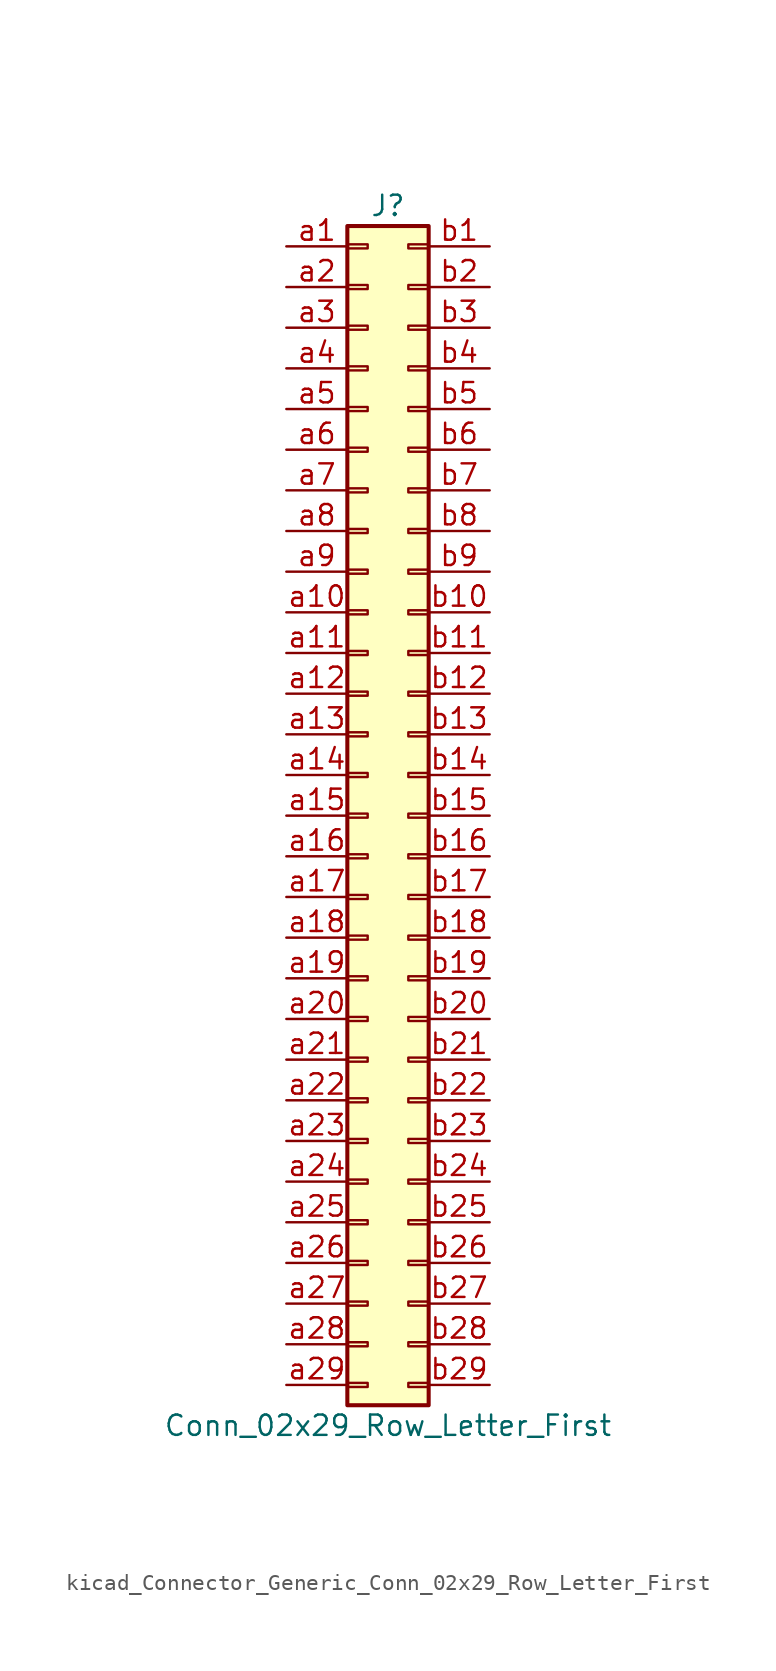
<source format=kicad_sym>
(kicad_symbol_lib
  (version 20220914)
  (generator kicad_symbol_editor)
  (symbol "kicad_Connector_Generic_Conn_02x29_Row_Letter_First"
    (pin_names
      (offset 1.016) hide)
    (property "Reference" "J"
      (at 1.27 38.1 0)
      (effects (font (size 1.27 1.27))))
    (property "Value" "Conn_02x29_Row_Letter_First"
      (at 1.27 -38.1 0)
      (effects (font (size 1.27 1.27))))
    (symbol "kicad_Connector_Generic_Conn_02x29_Row_Letter_First_1_1"
      (rectangle (start -1.27 -35.433) (end 0 -35.687) (stroke (width 0.152) (type default)) (fill (type none)))
      (rectangle (start -1.27 -32.893) (end 0 -33.147) (stroke (width 0.152) (type default)) (fill (type none)))
      (rectangle (start -1.27 -30.353) (end 0 -30.607) (stroke (width 0.152) (type default)) (fill (type none)))
      (rectangle (start -1.27 -27.813) (end 0 -28.067) (stroke (width 0.152) (type default)) (fill (type none)))
      (rectangle (start -1.27 -25.273) (end 0 -25.527) (stroke (width 0.152) (type default)) (fill (type none)))
      (rectangle (start -1.27 -22.733) (end 0 -22.987) (stroke (width 0.152) (type default)) (fill (type none)))
      (rectangle (start -1.27 -20.193) (end 0 -20.447) (stroke (width 0.152) (type default)) (fill (type none)))
      (rectangle (start -1.27 -17.653) (end 0 -17.907) (stroke (width 0.152) (type default)) (fill (type none)))
      (rectangle (start -1.27 -15.113) (end 0 -15.367) (stroke (width 0.152) (type default)) (fill (type none)))
      (rectangle (start -1.27 -12.573) (end 0 -12.827) (stroke (width 0.152) (type default)) (fill (type none)))
      (rectangle (start -1.27 -10.033) (end 0 -10.287) (stroke (width 0.152) (type default)) (fill (type none)))
      (rectangle (start -1.27 -7.493) (end 0 -7.747) (stroke (width 0.152) (type default)) (fill (type none)))
      (rectangle (start -1.27 -4.953) (end 0 -5.207) (stroke (width 0.152) (type default)) (fill (type none)))
      (rectangle (start -1.27 -2.413) (end 0 -2.667) (stroke (width 0.152) (type default)) (fill (type none)))
      (rectangle (start -1.27 0.127) (end 0 -0.127) (stroke (width 0.152) (type default)) (fill (type none)))
      (rectangle (start -1.27 2.667) (end 0 2.413) (stroke (width 0.152) (type default)) (fill (type none)))
      (rectangle (start -1.27 5.207) (end 0 4.953) (stroke (width 0.152) (type default)) (fill (type none)))
      (rectangle (start -1.27 7.747) (end 0 7.493) (stroke (width 0.152) (type default)) (fill (type none)))
      (rectangle (start -1.27 10.287) (end 0 10.033) (stroke (width 0.152) (type default)) (fill (type none)))
      (rectangle (start -1.27 12.827) (end 0 12.573) (stroke (width 0.152) (type default)) (fill (type none)))
      (rectangle (start -1.27 15.367) (end 0 15.113) (stroke (width 0.152) (type default)) (fill (type none)))
      (rectangle (start -1.27 17.907) (end 0 17.653) (stroke (width 0.152) (type default)) (fill (type none)))
      (rectangle (start -1.27 20.447) (end 0 20.193) (stroke (width 0.152) (type default)) (fill (type none)))
      (rectangle (start -1.27 22.987) (end 0 22.733) (stroke (width 0.152) (type default)) (fill (type none)))
      (rectangle (start -1.27 25.527) (end 0 25.273) (stroke (width 0.152) (type default)) (fill (type none)))
      (rectangle (start -1.27 28.067) (end 0 27.813) (stroke (width 0.152) (type default)) (fill (type none)))
      (rectangle (start -1.27 30.607) (end 0 30.353) (stroke (width 0.152) (type default)) (fill (type none)))
      (rectangle (start -1.27 33.147) (end 0 32.893) (stroke (width 0.152) (type default)) (fill (type none)))
      (rectangle (start -1.27 35.687) (end 0 35.433) (stroke (width 0.152) (type default)) (fill (type none)))
      (rectangle (start -1.27 36.83) (end 3.81 -36.83) (stroke (width 0.254) (type default)) (fill (type background)))
      (rectangle (start 3.81 -35.433) (end 2.54 -35.687) (stroke (width 0.152) (type default)) (fill (type none)))
      (rectangle (start 3.81 -32.893) (end 2.54 -33.147) (stroke (width 0.152) (type default)) (fill (type none)))
      (rectangle (start 3.81 -30.353) (end 2.54 -30.607) (stroke (width 0.152) (type default)) (fill (type none)))
      (rectangle (start 3.81 -27.813) (end 2.54 -28.067) (stroke (width 0.152) (type default)) (fill (type none)))
      (rectangle (start 3.81 -25.273) (end 2.54 -25.527) (stroke (width 0.152) (type default)) (fill (type none)))
      (rectangle (start 3.81 -22.733) (end 2.54 -22.987) (stroke (width 0.152) (type default)) (fill (type none)))
      (rectangle (start 3.81 -20.193) (end 2.54 -20.447) (stroke (width 0.152) (type default)) (fill (type none)))
      (rectangle (start 3.81 -17.653) (end 2.54 -17.907) (stroke (width 0.152) (type default)) (fill (type none)))
      (rectangle (start 3.81 -15.113) (end 2.54 -15.367) (stroke (width 0.152) (type default)) (fill (type none)))
      (rectangle (start 3.81 -12.573) (end 2.54 -12.827) (stroke (width 0.152) (type default)) (fill (type none)))
      (rectangle (start 3.81 -10.033) (end 2.54 -10.287) (stroke (width 0.152) (type default)) (fill (type none)))
      (rectangle (start 3.81 -7.493) (end 2.54 -7.747) (stroke (width 0.152) (type default)) (fill (type none)))
      (rectangle (start 3.81 -4.953) (end 2.54 -5.207) (stroke (width 0.152) (type default)) (fill (type none)))
      (rectangle (start 3.81 -2.413) (end 2.54 -2.667) (stroke (width 0.152) (type default)) (fill (type none)))
      (rectangle (start 3.81 0.127) (end 2.54 -0.127) (stroke (width 0.152) (type default)) (fill (type none)))
      (rectangle (start 3.81 2.667) (end 2.54 2.413) (stroke (width 0.152) (type default)) (fill (type none)))
      (rectangle (start 3.81 5.207) (end 2.54 4.953) (stroke (width 0.152) (type default)) (fill (type none)))
      (rectangle (start 3.81 7.747) (end 2.54 7.493) (stroke (width 0.152) (type default)) (fill (type none)))
      (rectangle (start 3.81 10.287) (end 2.54 10.033) (stroke (width 0.152) (type default)) (fill (type none)))
      (rectangle (start 3.81 12.827) (end 2.54 12.573) (stroke (width 0.152) (type default)) (fill (type none)))
      (rectangle (start 3.81 15.367) (end 2.54 15.113) (stroke (width 0.152) (type default)) (fill (type none)))
      (rectangle (start 3.81 17.907) (end 2.54 17.653) (stroke (width 0.152) (type default)) (fill (type none)))
      (rectangle (start 3.81 20.447) (end 2.54 20.193) (stroke (width 0.152) (type default)) (fill (type none)))
      (rectangle (start 3.81 22.987) (end 2.54 22.733) (stroke (width 0.152) (type default)) (fill (type none)))
      (rectangle (start 3.81 25.527) (end 2.54 25.273) (stroke (width 0.152) (type default)) (fill (type none)))
      (rectangle (start 3.81 28.067) (end 2.54 27.813) (stroke (width 0.152) (type default)) (fill (type none)))
      (rectangle (start 3.81 30.607) (end 2.54 30.353) (stroke (width 0.152) (type default)) (fill (type none)))
      (rectangle (start 3.81 33.147) (end 2.54 32.893) (stroke (width 0.152) (type default)) (fill (type none)))
      (rectangle (start 3.81 35.687) (end 2.54 35.433) (stroke (width 0.152) (type default)) (fill (type none)))
      (pin passive line (at -5.08 35.56 0) (length 3.81) (name "Pin_a1" (effects (font (size 1.27 1.27)))) (number "a1" (effects (font (size 1.27 1.27)))))
      (pin passive line (at -5.08 12.7 0) (length 3.81) (name "Pin_a10" (effects (font (size 1.27 1.27)))) (number "a10" (effects (font (size 1.27 1.27)))))
      (pin passive line (at -5.08 10.16 0) (length 3.81) (name "Pin_a11" (effects (font (size 1.27 1.27)))) (number "a11" (effects (font (size 1.27 1.27)))))
      (pin passive line (at -5.08 7.62 0) (length 3.81) (name "Pin_a12" (effects (font (size 1.27 1.27)))) (number "a12" (effects (font (size 1.27 1.27)))))
      (pin passive line (at -5.08 5.08 0) (length 3.81) (name "Pin_a13" (effects (font (size 1.27 1.27)))) (number "a13" (effects (font (size 1.27 1.27)))))
      (pin passive line (at -5.08 2.54 0) (length 3.81) (name "Pin_a14" (effects (font (size 1.27 1.27)))) (number "a14" (effects (font (size 1.27 1.27)))))
      (pin passive line (at -5.08 0 0) (length 3.81) (name "Pin_a15" (effects (font (size 1.27 1.27)))) (number "a15" (effects (font (size 1.27 1.27)))))
      (pin passive line (at -5.08 -2.54 0) (length 3.81) (name "Pin_a16" (effects (font (size 1.27 1.27)))) (number "a16" (effects (font (size 1.27 1.27)))))
      (pin passive line (at -5.08 -5.08 0) (length 3.81) (name "Pin_a17" (effects (font (size 1.27 1.27)))) (number "a17" (effects (font (size 1.27 1.27)))))
      (pin passive line (at -5.08 -7.62 0) (length 3.81) (name "Pin_a18" (effects (font (size 1.27 1.27)))) (number "a18" (effects (font (size 1.27 1.27)))))
      (pin passive line (at -5.08 -10.16 0) (length 3.81) (name "Pin_a19" (effects (font (size 1.27 1.27)))) (number "a19" (effects (font (size 1.27 1.27)))))
      (pin passive line (at -5.08 33.02 0) (length 3.81) (name "Pin_a2" (effects (font (size 1.27 1.27)))) (number "a2" (effects (font (size 1.27 1.27)))))
      (pin passive line (at -5.08 -12.7 0) (length 3.81) (name "Pin_a20" (effects (font (size 1.27 1.27)))) (number "a20" (effects (font (size 1.27 1.27)))))
      (pin passive line (at -5.08 -15.24 0) (length 3.81) (name "Pin_a21" (effects (font (size 1.27 1.27)))) (number "a21" (effects (font (size 1.27 1.27)))))
      (pin passive line (at -5.08 -17.78 0) (length 3.81) (name "Pin_a22" (effects (font (size 1.27 1.27)))) (number "a22" (effects (font (size 1.27 1.27)))))
      (pin passive line (at -5.08 -20.32 0) (length 3.81) (name "Pin_a23" (effects (font (size 1.27 1.27)))) (number "a23" (effects (font (size 1.27 1.27)))))
      (pin passive line (at -5.08 -22.86 0) (length 3.81) (name "Pin_a24" (effects (font (size 1.27 1.27)))) (number "a24" (effects (font (size 1.27 1.27)))))
      (pin passive line (at -5.08 -25.4 0) (length 3.81) (name "Pin_a25" (effects (font (size 1.27 1.27)))) (number "a25" (effects (font (size 1.27 1.27)))))
      (pin passive line (at -5.08 -27.94 0) (length 3.81) (name "Pin_a26" (effects (font (size 1.27 1.27)))) (number "a26" (effects (font (size 1.27 1.27)))))
      (pin passive line (at -5.08 -30.48 0) (length 3.81) (name "Pin_a27" (effects (font (size 1.27 1.27)))) (number "a27" (effects (font (size 1.27 1.27)))))
      (pin passive line (at -5.08 -33.02 0) (length 3.81) (name "Pin_a28" (effects (font (size 1.27 1.27)))) (number "a28" (effects (font (size 1.27 1.27)))))
      (pin passive line (at -5.08 -35.56 0) (length 3.81) (name "Pin_a29" (effects (font (size 1.27 1.27)))) (number "a29" (effects (font (size 1.27 1.27)))))
      (pin passive line (at -5.08 30.48 0) (length 3.81) (name "Pin_a3" (effects (font (size 1.27 1.27)))) (number "a3" (effects (font (size 1.27 1.27)))))
      (pin passive line (at -5.08 27.94 0) (length 3.81) (name "Pin_a4" (effects (font (size 1.27 1.27)))) (number "a4" (effects (font (size 1.27 1.27)))))
      (pin passive line (at -5.08 25.4 0) (length 3.81) (name "Pin_a5" (effects (font (size 1.27 1.27)))) (number "a5" (effects (font (size 1.27 1.27)))))
      (pin passive line (at -5.08 22.86 0) (length 3.81) (name "Pin_a6" (effects (font (size 1.27 1.27)))) (number "a6" (effects (font (size 1.27 1.27)))))
      (pin passive line (at -5.08 20.32 0) (length 3.81) (name "Pin_a7" (effects (font (size 1.27 1.27)))) (number "a7" (effects (font (size 1.27 1.27)))))
      (pin passive line (at -5.08 17.78 0) (length 3.81) (name "Pin_a8" (effects (font (size 1.27 1.27)))) (number "a8" (effects (font (size 1.27 1.27)))))
      (pin passive line (at -5.08 15.24 0) (length 3.81) (name "Pin_a9" (effects (font (size 1.27 1.27)))) (number "a9" (effects (font (size 1.27 1.27)))))
      (pin passive line (at 7.62 35.56 180) (length 3.81) (name "Pin_b1" (effects (font (size 1.27 1.27)))) (number "b1" (effects (font (size 1.27 1.27)))))
      (pin passive line (at 7.62 12.7 180) (length 3.81) (name "Pin_b10" (effects (font (size 1.27 1.27)))) (number "b10" (effects (font (size 1.27 1.27)))))
      (pin passive line (at 7.62 10.16 180) (length 3.81) (name "Pin_b11" (effects (font (size 1.27 1.27)))) (number "b11" (effects (font (size 1.27 1.27)))))
      (pin passive line (at 7.62 7.62 180) (length 3.81) (name "Pin_b12" (effects (font (size 1.27 1.27)))) (number "b12" (effects (font (size 1.27 1.27)))))
      (pin passive line (at 7.62 5.08 180) (length 3.81) (name "Pin_b13" (effects (font (size 1.27 1.27)))) (number "b13" (effects (font (size 1.27 1.27)))))
      (pin passive line (at 7.62 2.54 180) (length 3.81) (name "Pin_b14" (effects (font (size 1.27 1.27)))) (number "b14" (effects (font (size 1.27 1.27)))))
      (pin passive line (at 7.62 0 180) (length 3.81) (name "Pin_b15" (effects (font (size 1.27 1.27)))) (number "b15" (effects (font (size 1.27 1.27)))))
      (pin passive line (at 7.62 -2.54 180) (length 3.81) (name "Pin_b16" (effects (font (size 1.27 1.27)))) (number "b16" (effects (font (size 1.27 1.27)))))
      (pin passive line (at 7.62 -5.08 180) (length 3.81) (name "Pin_b17" (effects (font (size 1.27 1.27)))) (number "b17" (effects (font (size 1.27 1.27)))))
      (pin passive line (at 7.62 -7.62 180) (length 3.81) (name "Pin_b18" (effects (font (size 1.27 1.27)))) (number "b18" (effects (font (size 1.27 1.27)))))
      (pin passive line (at 7.62 -10.16 180) (length 3.81) (name "Pin_b19" (effects (font (size 1.27 1.27)))) (number "b19" (effects (font (size 1.27 1.27)))))
      (pin passive line (at 7.62 33.02 180) (length 3.81) (name "Pin_b2" (effects (font (size 1.27 1.27)))) (number "b2" (effects (font (size 1.27 1.27)))))
      (pin passive line (at 7.62 -12.7 180) (length 3.81) (name "Pin_b20" (effects (font (size 1.27 1.27)))) (number "b20" (effects (font (size 1.27 1.27)))))
      (pin passive line (at 7.62 -15.24 180) (length 3.81) (name "Pin_b21" (effects (font (size 1.27 1.27)))) (number "b21" (effects (font (size 1.27 1.27)))))
      (pin passive line (at 7.62 -17.78 180) (length 3.81) (name "Pin_b22" (effects (font (size 1.27 1.27)))) (number "b22" (effects (font (size 1.27 1.27)))))
      (pin passive line (at 7.62 -20.32 180) (length 3.81) (name "Pin_b23" (effects (font (size 1.27 1.27)))) (number "b23" (effects (font (size 1.27 1.27)))))
      (pin passive line (at 7.62 -22.86 180) (length 3.81) (name "Pin_b24" (effects (font (size 1.27 1.27)))) (number "b24" (effects (font (size 1.27 1.27)))))
      (pin passive line (at 7.62 -25.4 180) (length 3.81) (name "Pin_b25" (effects (font (size 1.27 1.27)))) (number "b25" (effects (font (size 1.27 1.27)))))
      (pin passive line (at 7.62 -27.94 180) (length 3.81) (name "Pin_b26" (effects (font (size 1.27 1.27)))) (number "b26" (effects (font (size 1.27 1.27)))))
      (pin passive line (at 7.62 -30.48 180) (length 3.81) (name "Pin_b27" (effects (font (size 1.27 1.27)))) (number "b27" (effects (font (size 1.27 1.27)))))
      (pin passive line (at 7.62 -33.02 180) (length 3.81) (name "Pin_b28" (effects (font (size 1.27 1.27)))) (number "b28" (effects (font (size 1.27 1.27)))))
      (pin passive line (at 7.62 -35.56 180) (length 3.81) (name "Pin_b29" (effects (font (size 1.27 1.27)))) (number "b29" (effects (font (size 1.27 1.27)))))
      (pin passive line (at 7.62 30.48 180) (length 3.81) (name "Pin_b3" (effects (font (size 1.27 1.27)))) (number "b3" (effects (font (size 1.27 1.27)))))
      (pin passive line (at 7.62 27.94 180) (length 3.81) (name "Pin_b4" (effects (font (size 1.27 1.27)))) (number "b4" (effects (font (size 1.27 1.27)))))
      (pin passive line (at 7.62 25.4 180) (length 3.81) (name "Pin_b5" (effects (font (size 1.27 1.27)))) (number "b5" (effects (font (size 1.27 1.27)))))
      (pin passive line (at 7.62 22.86 180) (length 3.81) (name "Pin_b6" (effects (font (size 1.27 1.27)))) (number "b6" (effects (font (size 1.27 1.27)))))
      (pin passive line (at 7.62 20.32 180) (length 3.81) (name "Pin_b7" (effects (font (size 1.27 1.27)))) (number "b7" (effects (font (size 1.27 1.27)))))
      (pin passive line (at 7.62 17.78 180) (length 3.81) (name "Pin_b8" (effects (font (size 1.27 1.27)))) (number "b8" (effects (font (size 1.27 1.27)))))
      (pin passive line (at 7.62 15.24 180) (length 3.81) (name "Pin_b9" (effects (font (size 1.27 1.27)))) (number "b9" (effects (font (size 1.27 1.27))))))))
</source>
